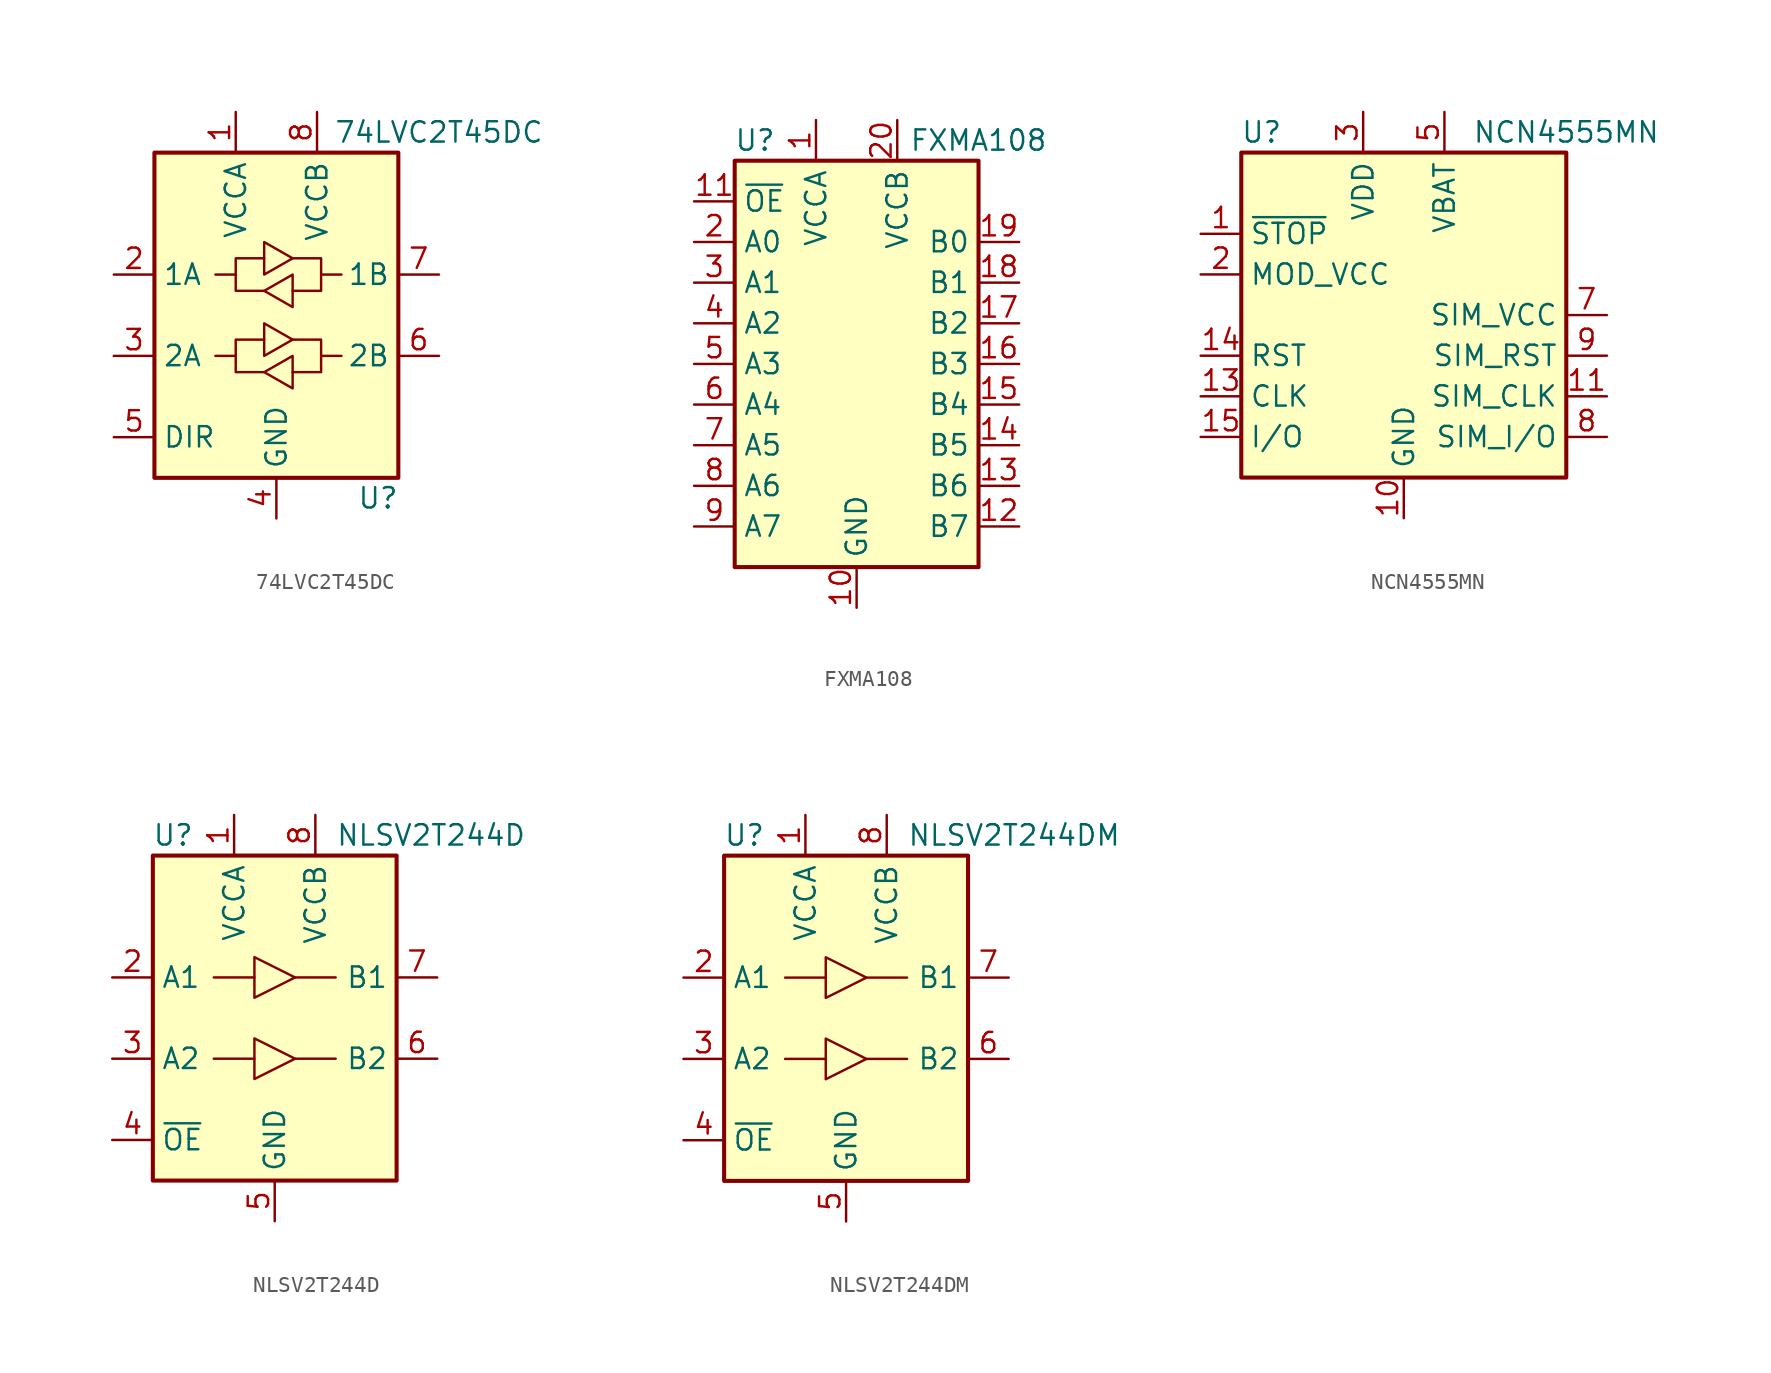
<source format=kicad_sym>
(kicad_symbol_lib
  (version 20200126)
  (host kicad_symbol_editor "(5.99.0-2044-gda2b7071b)")
  (symbol "Logic_LevelTranslator:74LVC2T45DC"
    (pin_names
      (offset 0.508))
    (property "Reference" "U"
      (at 6.35 -11.43 0)
      (effects (font (size 1.27 1.27))))
    (property "Value" "74LVC2T45DC"
      (at 10.16 11.43 0)
      (effects (font (size 1.27 1.27))))
    (symbol "74LVC2T45DC_1_1"
      (rectangle (start -7.62 10.16) (end 7.62 -10.16) (stroke (width 0.254)) (fill (type background)))
      (polyline (pts (xy -2.54 -2.54) (xy -2.54 -1.524) (xy -0.762 -1.524)) (stroke (width 0)) (fill (type none)))
      (polyline (pts (xy -2.54 2.54) (xy -2.54 3.556) (xy -0.762 3.556)) (stroke (width 0)) (fill (type none)))
      (polyline (pts (xy 2.794 -2.54) (xy 2.794 -3.556) (xy 1.016 -3.556)) (stroke (width 0)) (fill (type none)))
      (polyline (pts (xy 2.794 2.54) (xy 2.794 1.524) (xy 1.016 1.524)) (stroke (width 0)) (fill (type none)))
      (polyline (pts (xy -0.762 -3.556) (xy -2.54 -3.556) (xy -2.54 -2.54) (xy -3.81 -2.54)) (stroke (width 0)) (fill (type none)))
      (polyline (pts (xy -0.762 -2.54) (xy -0.762 -0.508) (xy 1.016 -1.524) (xy -0.762 -2.54)) (stroke (width 0)) (fill (type none)))
      (polyline (pts (xy -0.762 1.524) (xy -2.54 1.524) (xy -2.54 2.54) (xy -3.81 2.54)) (stroke (width 0)) (fill (type none)))
      (polyline (pts (xy -0.762 2.54) (xy -0.762 4.572) (xy 1.016 3.556) (xy -0.762 2.54)) (stroke (width 0)) (fill (type none)))
      (polyline (pts (xy 1.016 -1.524) (xy 2.794 -1.524) (xy 2.794 -2.54) (xy 4.064 -2.54)) (stroke (width 0)) (fill (type none)))
      (polyline (pts (xy 1.016 3.556) (xy 2.794 3.556) (xy 2.794 2.54) (xy 4.064 2.54)) (stroke (width 0)) (fill (type none)))
      (polyline (pts (xy 1.016 -2.54) (xy 1.016 -4.318) (xy 1.016 -4.572) (xy -0.762 -3.556) (xy 1.016 -2.54)) (stroke (width 0)) (fill (type none)))
      (polyline (pts (xy 1.016 2.54) (xy 1.016 0.762) (xy 1.016 0.508) (xy -0.762 1.524) (xy 1.016 2.54)) (stroke (width 0)) (fill (type none)))
      (pin power_in line (at -2.54 12.7 270) (length 2.54) (name "VCCA" (effects (font (size 1.27 1.27)))) (number "1" (effects (font (size 1.27 1.27)))))
      (pin bidirectional line (at -10.16 2.54 0) (length 2.54) (name "1A" (effects (font (size 1.27 1.27)))) (number "2" (effects (font (size 1.27 1.27)))))
      (pin bidirectional line (at -10.16 -2.54 0) (length 2.54) (name "2A" (effects (font (size 1.27 1.27)))) (number "3" (effects (font (size 1.27 1.27)))))
      (pin power_in line (at 0 -12.7 90) (length 2.54) (name "GND" (effects (font (size 1.27 1.27)))) (number "4" (effects (font (size 1.27 1.27)))))
      (pin input line (at -10.16 -7.62 0) (length 2.54) (name "DIR" (effects (font (size 1.27 1.27)))) (number "5" (effects (font (size 1.27 1.27)))))
      (pin bidirectional line (at 10.16 -2.54 180) (length 2.54) (name "2B" (effects (font (size 1.27 1.27)))) (number "6" (effects (font (size 1.27 1.27)))))
      (pin bidirectional line (at 10.16 2.54 180) (length 2.54) (name "1B" (effects (font (size 1.27 1.27)))) (number "7" (effects (font (size 1.27 1.27)))))
      (pin power_in line (at 2.54 12.7 270) (length 2.54) (name "VCCB" (effects (font (size 1.27 1.27)))) (number "8" (effects (font (size 1.27 1.27)))))))
  (symbol "Logic_LevelTranslator:FXMA108"
    (pin_names
      (offset 0.508))
    (property "Reference" "U"
      (at -6.35 13.97 0)
      (effects (font (size 1.27 1.27))))
    (property "Value" "FXMA108"
      (at 7.62 13.97 0)
      (effects (font (size 1.27 1.27))))
    (symbol "FXMA108_1_1"
      (rectangle (start -7.62 12.7) (end 7.62 -12.7) (stroke (width 0.254)) (fill (type background)))
      (pin power_in line (at -2.54 15.24 270) (length 2.54) (name "VCCA" (effects (font (size 1.27 1.27)))) (number "1" (effects (font (size 1.27 1.27)))))
      (pin power_in line (at 0 -15.24 90) (length 2.54) (name "GND" (effects (font (size 1.27 1.27)))) (number "10" (effects (font (size 1.27 1.27)))))
      (pin input line (at -10.16 10.16 0) (length 2.54) (name "~OE" (effects (font (size 1.27 1.27)))) (number "11" (effects (font (size 1.27 1.27)))))
      (pin bidirectional line (at 10.16 -10.16 180) (length 2.54) (name "B7" (effects (font (size 1.27 1.27)))) (number "12" (effects (font (size 1.27 1.27)))))
      (pin bidirectional line (at 10.16 -7.62 180) (length 2.54) (name "B6" (effects (font (size 1.27 1.27)))) (number "13" (effects (font (size 1.27 1.27)))))
      (pin bidirectional line (at 10.16 -5.08 180) (length 2.54) (name "B5" (effects (font (size 1.27 1.27)))) (number "14" (effects (font (size 1.27 1.27)))))
      (pin bidirectional line (at 10.16 -2.54 180) (length 2.54) (name "B4" (effects (font (size 1.27 1.27)))) (number "15" (effects (font (size 1.27 1.27)))))
      (pin bidirectional line (at 10.16 0 180) (length 2.54) (name "B3" (effects (font (size 1.27 1.27)))) (number "16" (effects (font (size 1.27 1.27)))))
      (pin bidirectional line (at 10.16 2.54 180) (length 2.54) (name "B2" (effects (font (size 1.27 1.27)))) (number "17" (effects (font (size 1.27 1.27)))))
      (pin bidirectional line (at 10.16 5.08 180) (length 2.54) (name "B1" (effects (font (size 1.27 1.27)))) (number "18" (effects (font (size 1.27 1.27)))))
      (pin bidirectional line (at 10.16 7.62 180) (length 2.54) (name "B0" (effects (font (size 1.27 1.27)))) (number "19" (effects (font (size 1.27 1.27)))))
      (pin bidirectional line (at -10.16 7.62 0) (length 2.54) (name "A0" (effects (font (size 1.27 1.27)))) (number "2" (effects (font (size 1.27 1.27)))))
      (pin power_in line (at 2.54 15.24 270) (length 2.54) (name "VCCB" (effects (font (size 1.27 1.27)))) (number "20" (effects (font (size 1.27 1.27)))))
      (pin unconnected line (at 2.54 -12.7 90) (length 2.54) hide (name "NC" (effects (font (size 1.27 1.27)))) (number "21" (effects (font (size 1.27 1.27)))))
      (pin bidirectional line (at -10.16 5.08 0) (length 2.54) (name "A1" (effects (font (size 1.27 1.27)))) (number "3" (effects (font (size 1.27 1.27)))))
      (pin bidirectional line (at -10.16 2.54 0) (length 2.54) (name "A2" (effects (font (size 1.27 1.27)))) (number "4" (effects (font (size 1.27 1.27)))))
      (pin bidirectional line (at -10.16 0 0) (length 2.54) (name "A3" (effects (font (size 1.27 1.27)))) (number "5" (effects (font (size 1.27 1.27)))))
      (pin bidirectional line (at -10.16 -2.54 0) (length 2.54) (name "A4" (effects (font (size 1.27 1.27)))) (number "6" (effects (font (size 1.27 1.27)))))
      (pin bidirectional line (at -10.16 -5.08 0) (length 2.54) (name "A5" (effects (font (size 1.27 1.27)))) (number "7" (effects (font (size 1.27 1.27)))))
      (pin bidirectional line (at -10.16 -7.62 0) (length 2.54) (name "A6" (effects (font (size 1.27 1.27)))) (number "8" (effects (font (size 1.27 1.27)))))
      (pin bidirectional line (at -10.16 -10.16 0) (length 2.54) (name "A7" (effects (font (size 1.27 1.27)))) (number "9" (effects (font (size 1.27 1.27)))))))
  (symbol "Logic_LevelTranslator:NCN4555MN"
    (pin_names
      (offset 0.508))
    (property "Reference" "U"
      (at -8.89 11.43 0)
      (effects (font (size 1.27 1.27))))
    (property "Value" "NCN4555MN"
      (at 10.16 11.43 0)
      (effects (font (size 1.27 1.27))))
    (symbol "NCN4555MN_0_1"
      (rectangle (start -10.16 10.16) (end 10.16 -10.16) (stroke (width 0.254)) (fill (type background))))
    (symbol "NCN4555MN_1_1"
      (pin input line (at -12.7 5.08 0) (length 2.54) (name "~STOP" (effects (font (size 1.27 1.27)))) (number "1" (effects (font (size 1.27 1.27)))))
      (pin power_in line (at 0 -12.7 90) (length 2.54) (name "GND" (effects (font (size 1.27 1.27)))) (number "10" (effects (font (size 1.27 1.27)))))
      (pin output line (at 12.7 -5.08 180) (length 2.54) (name "SIM_CLK" (effects (font (size 1.27 1.27)))) (number "11" (effects (font (size 1.27 1.27)))))
      (pin unconnected line (at 10.16 5.08 180) (length 2.54) hide (name "NC" (effects (font (size 1.27 1.27)))) (number "12" (effects (font (size 1.27 1.27)))))
      (pin input line (at -12.7 -5.08 0) (length 2.54) (name "CLK" (effects (font (size 1.27 1.27)))) (number "13" (effects (font (size 1.27 1.27)))))
      (pin input line (at -12.7 -2.54 0) (length 2.54) (name "RST" (effects (font (size 1.27 1.27)))) (number "14" (effects (font (size 1.27 1.27)))))
      (pin bidirectional line (at -12.7 -7.62 0) (length 2.54) (name "I/O" (effects (font (size 1.27 1.27)))) (number "15" (effects (font (size 1.27 1.27)))))
      (pin unconnected line (at 10.16 2.54 180) (length 2.54) hide (name "NC" (effects (font (size 1.27 1.27)))) (number "16" (effects (font (size 1.27 1.27)))))
      (pin passive line (at 0 -12.7 90) (length 2.54) hide (name "GND" (effects (font (size 1.27 1.27)))) (number "17" (effects (font (size 1.27 1.27)))))
      (pin input line (at -12.7 2.54 0) (length 2.54) (name "MOD_VCC" (effects (font (size 1.27 1.27)))) (number "2" (effects (font (size 1.27 1.27)))))
      (pin power_in line (at -2.54 12.7 270) (length 2.54) (name "VDD" (effects (font (size 1.27 1.27)))) (number "3" (effects (font (size 1.27 1.27)))))
      (pin unconnected line (at -10.16 7.62 0) (length 2.54) hide (name "NC" (effects (font (size 1.27 1.27)))) (number "4" (effects (font (size 1.27 1.27)))))
      (pin power_in line (at 2.54 12.7 270) (length 2.54) (name "VBAT" (effects (font (size 1.27 1.27)))) (number "5" (effects (font (size 1.27 1.27)))))
      (pin unconnected line (at 10.16 7.62 180) (length 2.54) hide (name "NC" (effects (font (size 1.27 1.27)))) (number "6" (effects (font (size 1.27 1.27)))))
      (pin power_out line (at 12.7 0 180) (length 2.54) (name "SIM_VCC" (effects (font (size 1.27 1.27)))) (number "7" (effects (font (size 1.27 1.27)))))
      (pin bidirectional line (at 12.7 -7.62 180) (length 2.54) (name "SIM_I/O" (effects (font (size 1.27 1.27)))) (number "8" (effects (font (size 1.27 1.27)))))
      (pin output line (at 12.7 -2.54 180) (length 2.54) (name "SIM_RST" (effects (font (size 1.27 1.27)))) (number "9" (effects (font (size 1.27 1.27)))))))
  (symbol "Logic_LevelTranslator:NLSV2T244D"
    (pin_names
      (offset 0.508))
    (property "Reference" "U"
      (at -6.35 11.43 0)
      (effects (font (size 1.27 1.27))))
    (property "Value" "NLSV2T244D"
      (at 3.81 11.43 0)
      (effects (font (size 1.27 1.27)) (justify left)))
    (symbol "NLSV2T244D_0_1"
      (rectangle (start -7.62 10.16) (end 7.62 -10.16) (stroke (width 0.254)) (fill (type background)))
      (polyline (pts (xy -3.81 -2.54) (xy -1.27 -2.54)) (stroke (width 0)) (fill (type none)))
      (polyline (pts (xy -3.81 2.54) (xy -1.27 2.54)) (stroke (width 0)) (fill (type none)))
      (polyline (pts (xy 3.81 -2.54) (xy 1.27 -2.54)) (stroke (width 0)) (fill (type none)))
      (polyline (pts (xy 3.81 2.54) (xy 1.27 2.54)) (stroke (width 0)) (fill (type none)))
      (polyline (pts (xy -1.27 -3.81) (xy -1.27 -1.27) (xy 1.27 -2.54) (xy -1.27 -3.81)) (stroke (width 0)) (fill (type none)))
      (polyline (pts (xy -1.27 1.27) (xy -1.27 3.81) (xy 1.27 2.54) (xy -1.27 1.27)) (stroke (width 0)) (fill (type none))))
    (symbol "NLSV2T244D_1_1"
      (pin power_in line (at -2.54 12.7 270) (length 2.54) (name "VCCA" (effects (font (size 1.27 1.27)))) (number "1" (effects (font (size 1.27 1.27)))))
      (pin input line (at -10.16 2.54 0) (length 2.54) (name "A1" (effects (font (size 1.27 1.27)))) (number "2" (effects (font (size 1.27 1.27)))))
      (pin input line (at -10.16 -2.54 0) (length 2.54) (name "A2" (effects (font (size 1.27 1.27)))) (number "3" (effects (font (size 1.27 1.27)))))
      (pin input line (at -10.16 -7.62 0) (length 2.54) (name "~OE" (effects (font (size 1.27 1.27)))) (number "4" (effects (font (size 1.27 1.27)))))
      (pin power_in line (at 0 -12.7 90) (length 2.54) (name "GND" (effects (font (size 1.27 1.27)))) (number "5" (effects (font (size 1.27 1.27)))))
      (pin output line (at 10.16 -2.54 180) (length 2.54) (name "B2" (effects (font (size 1.27 1.27)))) (number "6" (effects (font (size 1.27 1.27)))))
      (pin output line (at 10.16 2.54 180) (length 2.54) (name "B1" (effects (font (size 1.27 1.27)))) (number "7" (effects (font (size 1.27 1.27)))))
      (pin power_in line (at 2.54 12.7 270) (length 2.54) (name "VCCB" (effects (font (size 1.27 1.27)))) (number "8" (effects (font (size 1.27 1.27)))))))
  (symbol "Logic_LevelTranslator:NLSV2T244DM"
    (pin_names
      (offset 0.508))
    (property "Reference" "U"
      (at -6.35 11.43 0)
      (effects (font (size 1.27 1.27))))
    (property "Value" "NLSV2T244DM"
      (at 3.81 11.43 0)
      (effects (font (size 1.27 1.27)) (justify left)))
    (symbol "NLSV2T244DM_0_1"
      (rectangle (start -7.62 10.16) (end 7.62 -10.16) (stroke (width 0.254)) (fill (type background)))
      (polyline (pts (xy -3.81 -2.54) (xy -1.27 -2.54)) (stroke (width 0)) (fill (type none)))
      (polyline (pts (xy -3.81 2.54) (xy -1.27 2.54)) (stroke (width 0)) (fill (type none)))
      (polyline (pts (xy 3.81 -2.54) (xy 1.27 -2.54)) (stroke (width 0)) (fill (type none)))
      (polyline (pts (xy 3.81 2.54) (xy 1.27 2.54)) (stroke (width 0)) (fill (type none)))
      (polyline (pts (xy -1.27 -3.81) (xy -1.27 -1.27) (xy 1.27 -2.54) (xy -1.27 -3.81)) (stroke (width 0)) (fill (type none)))
      (polyline (pts (xy -1.27 1.27) (xy -1.27 3.81) (xy 1.27 2.54) (xy -1.27 1.27)) (stroke (width 0)) (fill (type none))))
    (symbol "NLSV2T244DM_1_1"
      (pin power_in line (at -2.54 12.7 270) (length 2.54) (name "VCCA" (effects (font (size 1.27 1.27)))) (number "1" (effects (font (size 1.27 1.27)))))
      (pin input line (at -10.16 2.54 0) (length 2.54) (name "A1" (effects (font (size 1.27 1.27)))) (number "2" (effects (font (size 1.27 1.27)))))
      (pin input line (at -10.16 -2.54 0) (length 2.54) (name "A2" (effects (font (size 1.27 1.27)))) (number "3" (effects (font (size 1.27 1.27)))))
      (pin input line (at -10.16 -7.62 0) (length 2.54) (name "~OE" (effects (font (size 1.27 1.27)))) (number "4" (effects (font (size 1.27 1.27)))))
      (pin power_in line (at 0 -12.7 90) (length 2.54) (name "GND" (effects (font (size 1.27 1.27)))) (number "5" (effects (font (size 1.27 1.27)))))
      (pin output line (at 10.16 -2.54 180) (length 2.54) (name "B2" (effects (font (size 1.27 1.27)))) (number "6" (effects (font (size 1.27 1.27)))))
      (pin output line (at 10.16 2.54 180) (length 2.54) (name "B1" (effects (font (size 1.27 1.27)))) (number "7" (effects (font (size 1.27 1.27)))))
      (pin power_in line (at 2.54 12.7 270) (length 2.54) (name "VCCB" (effects (font (size 1.27 1.27)))) (number "8" (effects (font (size 1.27 1.27))))))))
</source>
